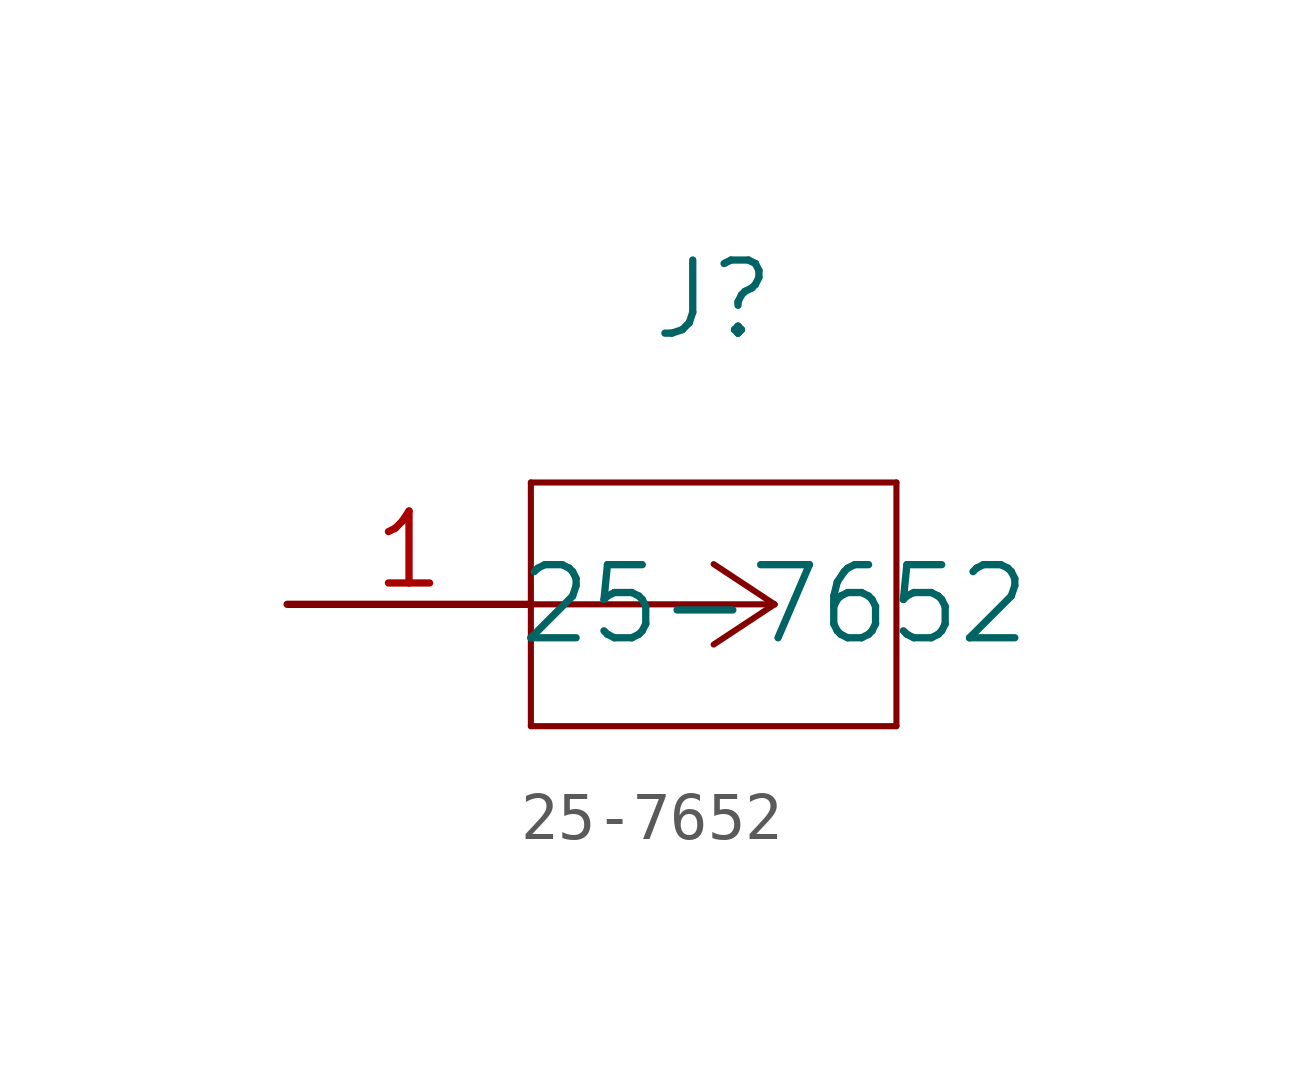
<source format=kicad_sym>
(kicad_symbol_lib
  (version 20211014)
  (generator kicad_symbol_editor)
  (symbol "25-7652"
    (pin_names
      (offset 0.254) hide)
    (property "Reference" "J"
      (at 8.89 6.35 0)
      (effects (font (size 1.524 1.524))))
    (property "Value" "25-7652"
      (at 10.16 0 0)
      (effects (font (size 1.524 1.524))))
    (property "Datasheet" ""
      (at 0 0 0)
      (effects (font (size 1.524 1.524))))
    (property "ki_locked" ""
      (at 0 0 0)
      (effects (font (size 1.27 1.27))))
    (symbol "25-7652_1_1"
      (polyline (pts (xy 5.08 -2.54) (xy 12.7 -2.54)) (stroke (width 0.127) (type default) (color 0 0 0 0)) (fill (type none)))
      (polyline (pts (xy 5.08 2.54) (xy 5.08 -2.54)) (stroke (width 0.127) (type default) (color 0 0 0 0)) (fill (type none)))
      (polyline (pts (xy 10.16 0) (xy 5.08 0)) (stroke (width 0.127) (type default) (color 0 0 0 0)) (fill (type none)))
      (polyline (pts (xy 10.16 0) (xy 8.89 -0.838)) (stroke (width 0.127) (type default) (color 0 0 0 0)) (fill (type none)))
      (polyline (pts (xy 10.16 0) (xy 8.89 0.838)) (stroke (width 0.127) (type default) (color 0 0 0 0)) (fill (type none)))
      (polyline (pts (xy 12.7 -2.54) (xy 12.7 2.54)) (stroke (width 0.127) (type default) (color 0 0 0 0)) (fill (type none)))
      (polyline (pts (xy 12.7 2.54) (xy 5.08 2.54)) (stroke (width 0.127) (type default) (color 0 0 0 0)) (fill (type none)))
      (pin unspecified line (at 0 0 0) (length 5.08) (name "1" (effects (font (size 1.499 1.499)))) (number "1" (effects (font (size 1.499 1.499))))))))
</source>
